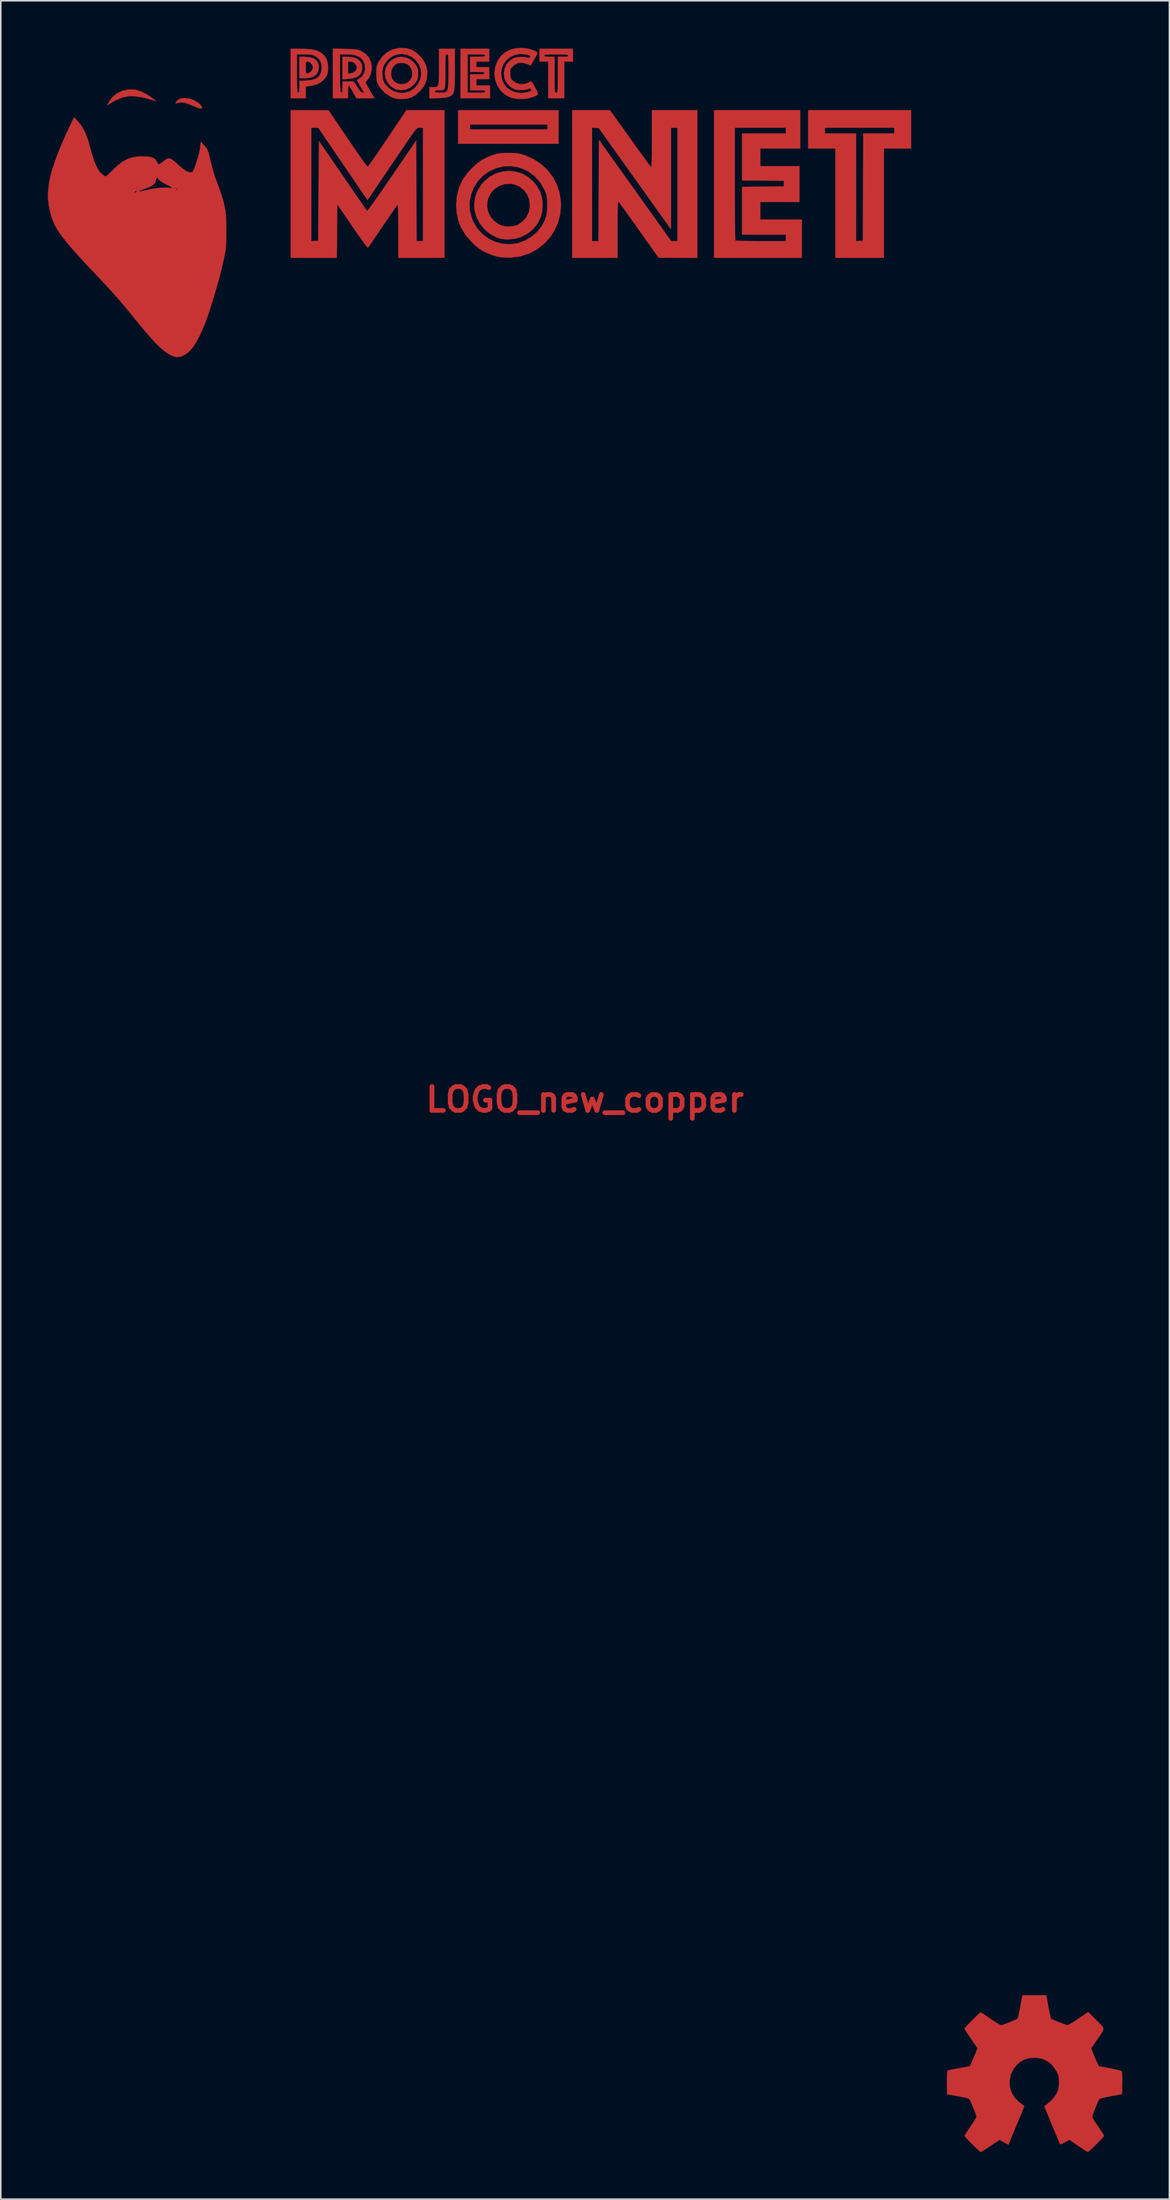
<source format=kicad_pcb>
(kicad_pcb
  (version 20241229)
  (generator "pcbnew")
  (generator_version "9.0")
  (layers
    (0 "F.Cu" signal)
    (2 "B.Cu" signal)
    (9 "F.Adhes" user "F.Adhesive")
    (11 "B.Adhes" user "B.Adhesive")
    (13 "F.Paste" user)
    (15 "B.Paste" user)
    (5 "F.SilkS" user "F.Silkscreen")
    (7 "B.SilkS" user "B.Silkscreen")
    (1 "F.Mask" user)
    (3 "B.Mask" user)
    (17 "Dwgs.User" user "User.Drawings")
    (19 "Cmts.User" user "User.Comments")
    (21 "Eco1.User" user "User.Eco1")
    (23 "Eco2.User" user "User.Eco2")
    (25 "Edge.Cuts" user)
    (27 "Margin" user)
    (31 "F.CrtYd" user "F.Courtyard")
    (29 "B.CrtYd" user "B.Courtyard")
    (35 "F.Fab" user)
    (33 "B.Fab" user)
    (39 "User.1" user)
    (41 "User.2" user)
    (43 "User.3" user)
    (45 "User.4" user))
  (footprint "LOGO_new_copper"
    (layer "F.Cu")
    (at 34.282 67.1)
    (property "Reference" "LOGO_new_copper" (at 0 0 0) (layer "F.Cu") (effects (font (size 1.524 1.524) (thickness 0.3))))
    (attr through_hole)
    (fp_poly (pts (xy -1.68 -60.98) (xy -8.093 -60.98) (xy -8.093 -62.202) (xy -7.33 -62.202) (xy -7.33 -61.897) (xy -2.392 -61.897) (xy -2.392 -62.202) (xy -7.33 -62.202) (xy -8.093 -62.202) (xy -8.093 -63.118) (xy -1.68 -63.118) (xy -1.68 -60.98)) (stroke (width 0.01) (type solid)) (fill yes) (layer "F.Cu"))
    (fp_poly (pts (xy 20.819 -60.675) (xy 19.088 -60.675) (xy 19.088 -53.701) (xy 15.983 -53.701) (xy 15.983 -60.675) (xy 14.253 -60.675) (xy 14.253 -61.998) (xy 15.321 -61.998) (xy 15.321 -61.642) (xy 17.307 -61.642) (xy 17.307 -54.764) (xy 17.739 -54.796) (xy 17.752 -58.219) (xy 17.765 -61.642) (xy 19.75 -61.642) (xy 19.75 -61.998) (xy 15.321 -61.998) (xy 14.253 -61.998) (xy 14.253 -63.118) (xy 20.819 -63.118) (xy 20.819 -60.675)) (stroke (width 0.01) (type solid)) (fill yes) (layer "F.Cu"))
    (fp_poly (pts (xy -28.791 -64.438) (xy -28.556 -64.392) (xy -28.277 -64.291) (xy -27.974 -64.137) (xy -27.691 -63.956) (xy -27.564 -63.857) (xy -27.362 -63.684) (xy -27.66 -63.783) (xy -27.985 -63.876) (xy -28.325 -63.949) (xy -28.652 -63.999) (xy -28.936 -64.02) (xy -29.107 -64.014) (xy -29.541 -63.919) (xy -29.968 -63.747) (xy -30.226 -63.598) (xy -30.501 -63.415) (xy -30.356 -63.683) (xy -30.143 -63.971) (xy -29.863 -64.197) (xy -29.533 -64.355) (xy -29.169 -64.438) (xy -28.791 -64.438)) (stroke (width 0.01) (type solid)) (fill yes) (layer "F.Cu"))
    (fp_poly (pts (xy -25.242 -63.859) (xy -24.975 -63.765) (xy -24.765 -63.65) (xy -24.591 -63.52) (xy -24.474 -63.393) (xy -24.433 -63.289) (xy -24.457 -63.236) (xy -24.536 -63.228) (xy -24.68 -63.264) (xy -24.898 -63.348) (xy -25.018 -63.4) (xy -25.317 -63.521) (xy -25.553 -63.592) (xy -25.748 -63.616) (xy -25.923 -63.598) (xy -25.975 -63.586) (xy -26.094 -63.556) (xy -26.135 -63.564) (xy -26.119 -63.614) (xy -26.11 -63.631) (xy -25.974 -63.784) (xy -25.773 -63.874) (xy -25.523 -63.9) (xy -25.242 -63.859)) (stroke (width 0.01) (type solid)) (fill yes) (layer "F.Cu"))
    (fp_poly (pts (xy -14.796 -66.496) (xy -14.53 -66.401) (xy -14.341 -66.248) (xy -14.233 -66.04) (xy -14.21 -65.781) (xy -14.214 -65.745) (xy -14.273 -65.514) (xy -14.396 -65.34) (xy -14.592 -65.219) (xy -14.869 -65.144) (xy -15.098 -65.117) (xy -15.474 -65.089) (xy -15.474 -66.223) (xy -15.118 -66.223) (xy -15.118 -65.446) (xy -14.927 -65.477) (xy -14.775 -65.526) (xy -14.657 -65.605) (xy -14.647 -65.617) (xy -14.579 -65.745) (xy -14.558 -65.849) (xy -14.603 -65.997) (xy -14.718 -66.127) (xy -14.871 -66.209) (xy -14.963 -66.223) (xy -15.118 -66.223) (xy -15.474 -66.223) (xy -15.474 -66.529) (xy -15.134 -66.529) (xy -14.796 -66.496)) (stroke (width 0.01) (type solid)) (fill yes) (layer "F.Cu"))
    (fp_poly (pts (xy -17.549 -66.5) (xy -17.287 -66.413) (xy -17.107 -66.267) (xy -17.005 -66.06) (xy -16.979 -65.858) (xy -17.018 -65.601) (xy -17.14 -65.399) (xy -17.341 -65.255) (xy -17.619 -65.174) (xy -17.879 -65.154) (xy -18.223 -65.154) (xy -18.223 -65.841) (xy -17.816 -65.841) (xy -17.813 -65.646) (xy -17.803 -65.532) (xy -17.777 -65.477) (xy -17.732 -65.46) (xy -17.712 -65.46) (xy -17.605 -65.494) (xy -17.489 -65.578) (xy -17.482 -65.585) (xy -17.396 -65.706) (xy -17.358 -65.827) (xy -17.358 -65.832) (xy -17.396 -65.982) (xy -17.491 -66.117) (xy -17.615 -66.206) (xy -17.692 -66.223) (xy -17.755 -66.218) (xy -17.792 -66.188) (xy -17.81 -66.112) (xy -17.815 -65.969) (xy -17.816 -65.841) (xy -18.223 -65.841) (xy -18.223 -66.529) (xy -17.893 -66.529) (xy -17.549 -66.5)) (stroke (width 0.01) (type solid)) (fill yes) (layer "F.Cu"))
    (fp_poly (pts (xy 13.743 -60.675) (xy 11.198 -60.675) (xy 11.198 -59.555) (xy 13.693 -59.555) (xy 13.693 -57.265) (xy 11.198 -57.265) (xy 11.198 -56.145) (xy 13.845 -56.145) (xy 13.845 -53.701) (xy 8.246 -53.701) (xy 8.246 -61.998) (xy 9.57 -61.998) (xy 9.57 -58.418) (xy 9.57 -57.824) (xy 9.571 -57.259) (xy 9.574 -56.732) (xy 9.576 -56.252) (xy 9.58 -55.827) (xy 9.584 -55.464) (xy 9.589 -55.172) (xy 9.594 -54.96) (xy 9.599 -54.835) (xy 9.603 -54.804) (xy 9.661 -54.796) (xy 9.808 -54.788) (xy 10.031 -54.782) (xy 10.319 -54.776) (xy 10.658 -54.773) (xy 11.037 -54.771) (xy 11.232 -54.77) (xy 12.827 -54.77) (xy 12.827 -55.178) (xy 10.028 -55.178) (xy 10.028 -58.23) (xy 11.364 -58.244) (xy 12.7 -58.257) (xy 12.7 -58.613) (xy 11.364 -58.627) (xy 10.028 -58.641) (xy 10.028 -61.642) (xy 12.827 -61.642) (xy 12.827 -61.998) (xy 9.57 -61.998) (xy 8.246 -61.998) (xy 8.246 -63.118) (xy 13.743 -63.118) (xy 13.743 -60.675)) (stroke (width 0.01) (type solid)) (fill yes) (layer "F.Cu"))
    (fp_poly (pts (xy -11.424 -66.485) (xy -11.146 -66.359) (xy -10.898 -66.145) (xy -10.897 -66.144) (xy -10.749 -65.948) (xy -10.668 -65.761) (xy -10.64 -65.536) (xy -10.638 -65.46) (xy -10.655 -65.219) (xy -10.717 -65.028) (xy -10.841 -64.842) (xy -10.902 -64.77) (xy -11.148 -64.56) (xy -11.434 -64.433) (xy -11.74 -64.394) (xy -12.046 -64.448) (xy -12.141 -64.486) (xy -12.402 -64.656) (xy -12.599 -64.888) (xy -12.725 -65.163) (xy -12.765 -65.418) (xy -12.372 -65.418) (xy -12.324 -65.174) (xy -12.292 -65.102) (xy -12.15 -64.93) (xy -11.95 -64.819) (xy -11.719 -64.776) (xy -11.484 -64.806) (xy -11.3 -64.895) (xy -11.127 -65.071) (xy -11.033 -65.288) (xy -11.016 -65.524) (xy -11.076 -65.754) (xy -11.213 -65.956) (xy -11.332 -66.054) (xy -11.511 -66.122) (xy -11.731 -66.139) (xy -11.946 -66.106) (xy -12.079 -66.047) (xy -12.243 -65.883) (xy -12.342 -65.664) (xy -12.372 -65.418) (xy -12.765 -65.418) (xy -12.771 -65.46) (xy -12.73 -65.759) (xy -12.68 -65.892) (xy -12.503 -66.166) (xy -12.273 -66.365) (xy -12.005 -66.486) (xy -11.716 -66.527) (xy -11.424 -66.485)) (stroke (width 0.01) (type solid)) (fill yes) (layer "F.Cu"))
    (fp_poly (pts (xy -0.764 -66.223) (xy -1.323 -66.223) (xy -1.323 -63.882) (xy -2.341 -63.882) (xy -2.341 -66.223) (xy -2.901 -66.223) (xy -2.901 -66.605) (xy -2.596 -66.605) (xy -2.574 -66.562) (xy -2.495 -66.538) (xy -2.34 -66.529) (xy -2.265 -66.529) (xy -1.934 -66.529) (xy -1.934 -65.383) (xy -1.934 -65.014) (xy -1.932 -64.734) (xy -1.928 -64.531) (xy -1.92 -64.392) (xy -1.908 -64.306) (xy -1.89 -64.26) (xy -1.864 -64.241) (xy -1.832 -64.238) (xy -1.8 -64.242) (xy -1.775 -64.261) (xy -1.757 -64.308) (xy -1.744 -64.396) (xy -1.737 -64.536) (xy -1.733 -64.741) (xy -1.731 -65.024) (xy -1.731 -65.383) (xy -1.731 -66.529) (xy -1.4 -66.529) (xy -1.214 -66.534) (xy -1.111 -66.552) (xy -1.071 -66.588) (xy -1.069 -66.605) (xy -1.083 -66.635) (xy -1.134 -66.656) (xy -1.236 -66.67) (xy -1.404 -66.678) (xy -1.651 -66.681) (xy -1.832 -66.681) (xy -2.131 -66.68) (xy -2.342 -66.675) (xy -2.48 -66.665) (xy -2.559 -66.648) (xy -2.592 -66.623) (xy -2.596 -66.605) (xy -2.901 -66.605) (xy -2.901 -67.038) (xy -0.764 -67.038) (xy -0.764 -66.223)) (stroke (width 0.01) (type solid)) (fill yes) (layer "F.Cu"))
    (fp_poly (pts (xy -6.108 -66.223) (xy -6.923 -66.223) (xy -6.923 -65.867) (xy -6.108 -65.867) (xy -6.108 -65.103) (xy -6.923 -65.103) (xy -6.923 -64.696) (xy -6.057 -64.696) (xy -6.057 -63.882) (xy -7.941 -63.882) (xy -7.941 -66.681) (xy -7.483 -66.681) (xy -7.483 -64.238) (xy -6.923 -64.238) (xy -6.672 -64.24) (xy -6.507 -64.248) (xy -6.411 -64.264) (xy -6.369 -64.291) (xy -6.363 -64.314) (xy -6.38 -64.351) (xy -6.443 -64.374) (xy -6.57 -64.386) (xy -6.776 -64.391) (xy -6.846 -64.391) (xy -7.33 -64.391) (xy -7.33 -65.409) (xy -6.872 -65.409) (xy -6.648 -65.412) (xy -6.509 -65.423) (xy -6.437 -65.444) (xy -6.414 -65.48) (xy -6.414 -65.485) (xy -6.431 -65.522) (xy -6.497 -65.546) (xy -6.626 -65.558) (xy -6.838 -65.561) (xy -6.872 -65.562) (xy -7.33 -65.562) (xy -7.33 -66.529) (xy -6.846 -66.529) (xy -6.616 -66.531) (xy -6.47 -66.541) (xy -6.392 -66.561) (xy -6.364 -66.594) (xy -6.363 -66.605) (xy -6.379 -66.639) (xy -6.437 -66.662) (xy -6.555 -66.675) (xy -6.748 -66.68) (xy -6.923 -66.681) (xy -7.483 -66.681) (xy -7.941 -66.681) (xy -7.941 -67.038) (xy -6.108 -67.038) (xy -6.108 -66.223)) (stroke (width 0.01) (type solid)) (fill yes) (layer "F.Cu"))
    (fp_poly (pts (xy -17.734 -67.026) (xy -17.393 -66.989) (xy -17.122 -66.924) (xy -16.904 -66.827) (xy -16.833 -66.783) (xy -16.61 -66.584) (xy -16.47 -66.344) (xy -16.404 -66.045) (xy -16.399 -65.989) (xy -16.393 -65.702) (xy -16.421 -65.482) (xy -16.492 -65.3) (xy -16.614 -65.127) (xy -16.647 -65.087) (xy -16.845 -64.908) (xy -17.085 -64.78) (xy -17.389 -64.695) (xy -17.574 -64.664) (xy -17.816 -64.631) (xy -17.816 -63.882) (xy -18.783 -63.882) (xy -18.783 -66.681) (xy -18.376 -66.681) (xy -18.376 -65.46) (xy -18.375 -65.071) (xy -18.372 -64.773) (xy -18.367 -64.554) (xy -18.358 -64.402) (xy -18.345 -64.306) (xy -18.328 -64.256) (xy -18.305 -64.239) (xy -18.299 -64.238) (xy -18.259 -64.258) (xy -18.235 -64.331) (xy -18.224 -64.476) (xy -18.223 -64.614) (xy -18.223 -64.989) (xy -17.775 -65.011) (xy -17.42 -65.053) (xy -17.151 -65.145) (xy -16.962 -65.293) (xy -16.847 -65.5) (xy -16.799 -65.773) (xy -16.798 -65.85) (xy -16.839 -66.141) (xy -16.965 -66.373) (xy -17.174 -66.548) (xy -17.205 -66.566) (xy -17.333 -66.624) (xy -17.467 -66.659) (xy -17.638 -66.676) (xy -17.878 -66.681) (xy -17.9 -66.681) (xy -18.376 -66.681) (xy -18.783 -66.681) (xy -18.783 -67.038) (xy -18.158 -67.038) (xy -17.734 -67.026)) (stroke (width 0.01) (type solid)) (fill yes) (layer "F.Cu"))
    (fp_poly (pts (xy 7.177 -53.701) (xy 5.943 -53.704) (xy 4.708 -53.706) (xy 3.461 -55.463) (xy 3.194 -55.839) (xy 2.944 -56.189) (xy 2.716 -56.506) (xy 2.518 -56.78) (xy 2.356 -57.002) (xy 2.237 -57.164) (xy 2.166 -57.256) (xy 2.151 -57.274) (xy 2.133 -57.27) (xy 2.119 -57.221) (xy 2.108 -57.118) (xy 2.1 -56.953) (xy 2.094 -56.72) (xy 2.09 -56.408) (xy 2.088 -56.011) (xy 2.087 -55.52) (xy 2.087 -53.701) (xy -0.814 -53.701) (xy -0.814 -54.77) (xy 0.458 -54.77) (xy 0.865 -54.77) (xy 0.878 -58.003) (xy 0.891 -61.236) (xy 5.508 -54.77) (xy 5.905 -54.77) (xy 5.905 -61.998) (xy 5.497 -61.998) (xy 5.497 -55.519) (xy 3.193 -58.746) (xy 0.888 -61.973) (xy 0.673 -61.989) (xy 0.458 -62.004) (xy 0.458 -54.77) (xy -0.814 -54.77) (xy -0.814 -63.118) (xy 0.394 -63.118) (xy 1.603 -63.118) (xy 2.898 -61.308) (xy 3.17 -60.929) (xy 3.424 -60.575) (xy 3.655 -60.256) (xy 3.856 -59.98) (xy 4.02 -59.755) (xy 4.142 -59.591) (xy 4.215 -59.495) (xy 4.234 -59.473) (xy 4.244 -59.516) (xy 4.252 -59.65) (xy 4.26 -59.863) (xy 4.267 -60.144) (xy 4.272 -60.483) (xy 4.275 -60.868) (xy 4.276 -61.283) (xy 4.276 -63.118) (xy 7.177 -63.118) (xy 7.177 -53.701)) (stroke (width 0.01) (type solid)) (fill yes) (layer "F.Cu"))
    (fp_poly (pts (xy -4.4 -59.198) (xy -3.994 -59.067) (xy -3.617 -58.855) (xy -3.283 -58.562) (xy -3.063 -58.284) (xy -2.867 -57.939) (xy -2.751 -57.594) (xy -2.701 -57.212) (xy -2.698 -57.061) (xy -2.726 -56.659) (xy -2.816 -56.306) (xy -2.981 -55.963) (xy -3.051 -55.85) (xy -3.331 -55.508) (xy -3.677 -55.233) (xy -4.075 -55.031) (xy -4.508 -54.908) (xy -4.963 -54.871) (xy -5.345 -54.91) (xy -5.609 -54.992) (xy -5.901 -55.138) (xy -6.184 -55.327) (xy -6.406 -55.519) (xy -6.707 -55.886) (xy -6.917 -56.288) (xy -7.037 -56.71) (xy -7.055 -56.984) (xy -6.245 -56.984) (xy -6.182 -56.644) (xy -6.033 -56.332) (xy -5.807 -56.063) (xy -5.512 -55.85) (xy -5.308 -55.757) (xy -5.106 -55.713) (xy -4.855 -55.702) (xy -4.597 -55.723) (xy -4.374 -55.772) (xy -4.289 -55.807) (xy -3.97 -56.024) (xy -3.731 -56.3) (xy -3.578 -56.627) (xy -3.515 -56.996) (xy -3.513 -57.061) (xy -3.559 -57.43) (xy -3.69 -57.758) (xy -3.896 -58.033) (xy -4.167 -58.244) (xy -4.491 -58.379) (xy -4.729 -58.421) (xy -5.104 -58.407) (xy -5.447 -58.303) (xy -5.744 -58.117) (xy -5.985 -57.859) (xy -6.156 -57.537) (xy -6.215 -57.338) (xy -6.245 -56.984) (xy -7.055 -56.984) (xy -7.066 -57.142) (xy -7.005 -57.571) (xy -6.853 -57.986) (xy -6.61 -58.374) (xy -6.417 -58.592) (xy -6.058 -58.885) (xy -5.664 -59.091) (xy -5.248 -59.211) (xy -4.822 -59.247) (xy -4.4 -59.198)) (stroke (width 0.01) (type solid)) (fill yes) (layer "F.Cu"))
    (fp_poly (pts (xy -11.375 -67.07) (xy -11.069 -66.981) (xy -10.791 -66.815) (xy -10.558 -66.61) (xy -10.305 -66.309) (xy -10.145 -65.999) (xy -10.068 -65.657) (xy -10.058 -65.46) (xy -10.095 -65.094) (xy -10.21 -64.77) (xy -10.413 -64.467) (xy -10.558 -64.31) (xy -10.816 -64.085) (xy -11.07 -63.938) (xy -11.352 -63.858) (xy -11.694 -63.831) (xy -11.734 -63.831) (xy -11.962 -63.84) (xy -12.141 -63.874) (xy -12.325 -63.945) (xy -12.408 -63.985) (xy -12.761 -64.218) (xy -13.049 -64.527) (xy -13.194 -64.758) (xy -13.252 -64.882) (xy -13.287 -65.013) (xy -13.305 -65.18) (xy -13.311 -65.412) (xy -13.311 -65.46) (xy -13.309 -65.601) (xy -12.923 -65.601) (xy -12.92 -65.355) (xy -12.899 -65.139) (xy -12.858 -64.982) (xy -12.782 -64.839) (xy -12.748 -64.789) (xy -12.508 -64.526) (xy -12.221 -64.34) (xy -11.904 -64.237) (xy -11.574 -64.221) (xy -11.249 -64.296) (xy -11.147 -64.342) (xy -10.876 -64.529) (xy -10.663 -64.778) (xy -10.517 -65.07) (xy -10.449 -65.382) (xy -10.468 -65.694) (xy -10.479 -65.741) (xy -10.612 -66.064) (xy -10.81 -66.326) (xy -11.058 -66.523) (xy -11.342 -66.651) (xy -11.645 -66.705) (xy -11.953 -66.683) (xy -12.25 -66.58) (xy -12.521 -66.392) (xy -12.62 -66.291) (xy -12.786 -66.072) (xy -12.883 -65.853) (xy -12.923 -65.601) (xy -13.309 -65.601) (xy -13.308 -65.696) (xy -13.295 -65.863) (xy -13.266 -65.992) (xy -13.213 -66.115) (xy -13.161 -66.213) (xy -12.923 -66.549) (xy -12.625 -66.812) (xy -12.28 -66.993) (xy -11.903 -67.085) (xy -11.738 -67.095) (xy -11.375 -67.07)) (stroke (width 0.01) (type solid)) (fill yes) (layer "F.Cu"))
    (fp_poly (pts (xy -8.297 -65.738) (xy -8.298 -65.294) (xy -8.303 -64.94) (xy -8.314 -64.664) (xy -8.334 -64.454) (xy -8.363 -64.3) (xy -8.405 -64.188) (xy -8.462 -64.108) (xy -8.535 -64.047) (xy -8.611 -64.002) (xy -8.734 -63.955) (xy -8.908 -63.922) (xy -9.154 -63.9) (xy -9.353 -63.891) (xy -9.926 -63.871) (xy -9.926 -64.314) (xy -9.57 -64.314) (xy -9.547 -64.271) (xy -9.466 -64.247) (xy -9.309 -64.239) (xy -9.251 -64.239) (xy -9.075 -64.245) (xy -8.938 -64.26) (xy -8.877 -64.277) (xy -8.822 -64.326) (xy -8.779 -64.398) (xy -8.748 -64.506) (xy -8.727 -64.662) (xy -8.713 -64.88) (xy -8.706 -65.172) (xy -8.704 -65.551) (xy -8.704 -65.609) (xy -8.705 -65.965) (xy -8.706 -66.232) (xy -8.711 -66.423) (xy -8.72 -66.55) (xy -8.734 -66.627) (xy -8.754 -66.666) (xy -8.782 -66.68) (xy -8.806 -66.681) (xy -8.839 -66.678) (xy -8.864 -66.658) (xy -8.882 -66.61) (xy -8.895 -66.521) (xy -8.902 -66.379) (xy -8.906 -66.17) (xy -8.908 -65.883) (xy -8.908 -65.567) (xy -8.907 -65.191) (xy -8.909 -64.905) (xy -8.918 -64.697) (xy -8.936 -64.553) (xy -8.97 -64.463) (xy -9.023 -64.414) (xy -9.1 -64.394) (xy -9.204 -64.39) (xy -9.319 -64.391) (xy -9.478 -64.382) (xy -9.554 -64.353) (xy -9.57 -64.314) (xy -9.926 -64.314) (xy -9.926 -64.594) (xy -9.719 -64.594) (xy -9.595 -64.595) (xy -9.499 -64.603) (xy -9.428 -64.632) (xy -9.378 -64.693) (xy -9.345 -64.797) (xy -9.327 -64.957) (xy -9.318 -65.184) (xy -9.315 -65.489) (xy -9.315 -65.869) (xy -9.315 -67.038) (xy -8.297 -67.038) (xy -8.297 -65.738)) (stroke (width 0.01) (type solid)) (fill yes) (layer "F.Cu"))
    (fp_poly (pts (xy -15.309 -67.029) (xy -14.994 -67.02) (xy -14.76 -67.007) (xy -14.588 -66.989) (xy -14.458 -66.962) (xy -14.348 -66.924) (xy -14.303 -66.904) (xy -14.001 -66.718) (xy -13.785 -66.478) (xy -13.651 -66.181) (xy -13.605 -65.92) (xy -13.614 -65.661) (xy -13.679 -65.397) (xy -13.787 -65.165) (xy -13.901 -65.023) (xy -13.974 -64.942) (xy -13.998 -64.895) (xy -13.973 -64.831) (xy -13.902 -64.695) (xy -13.794 -64.5) (xy -13.655 -64.261) (xy -13.529 -64.047) (xy -13.43 -63.882) (xy -14.583 -63.882) (xy -14.812 -64.288) (xy -14.917 -64.466) (xy -15.005 -64.605) (xy -15.065 -64.684) (xy -15.08 -64.695) (xy -15.097 -64.649) (xy -15.111 -64.525) (xy -15.117 -64.347) (xy -15.118 -64.289) (xy -15.118 -63.882) (xy -16.085 -63.882) (xy -16.085 -65.46) (xy -15.627 -65.46) (xy -15.626 -65.071) (xy -15.623 -64.773) (xy -15.618 -64.554) (xy -15.609 -64.402) (xy -15.597 -64.306) (xy -15.579 -64.256) (xy -15.556 -64.239) (xy -15.551 -64.238) (xy -15.509 -64.259) (xy -15.485 -64.334) (xy -15.475 -64.483) (xy -15.474 -64.594) (xy -15.474 -64.951) (xy -15.143 -64.951) (xy -14.967 -64.952) (xy -14.834 -64.955) (xy -14.774 -64.959) (xy -14.733 -64.922) (xy -14.655 -64.816) (xy -14.558 -64.663) (xy -14.529 -64.615) (xy -14.398 -64.411) (xy -14.293 -64.292) (xy -14.204 -64.246) (xy -14.204 -64.246) (xy -14.086 -64.229) (xy -14.188 -64.399) (xy -14.276 -64.547) (xy -14.381 -64.727) (xy -14.427 -64.808) (xy -14.564 -65.047) (xy -14.409 -65.127) (xy -14.22 -65.278) (xy -14.091 -65.494) (xy -14.03 -65.748) (xy -14.049 -66.017) (xy -14.055 -66.045) (xy -14.16 -66.292) (xy -14.332 -66.476) (xy -14.576 -66.599) (xy -14.898 -66.666) (xy -15.181 -66.68) (xy -15.627 -66.681) (xy -15.627 -65.46) (xy -16.085 -65.46) (xy -16.085 -67.047) (xy -15.309 -67.029)) (stroke (width 0.01) (type solid)) (fill yes) (layer "F.Cu"))
    (fp_poly (pts (xy -4.584 -60.389) (xy -4.375 -60.377) (xy -4.202 -60.352) (xy -4.032 -60.309) (xy -3.831 -60.243) (xy -3.812 -60.236) (xy -3.27 -59.994) (xy -2.79 -59.678) (xy -2.379 -59.295) (xy -2.042 -58.854) (xy -1.785 -58.362) (xy -1.613 -57.827) (xy -1.533 -57.258) (xy -1.527 -57.061) (xy -1.576 -56.488) (xy -1.716 -55.944) (xy -1.942 -55.439) (xy -2.245 -54.982) (xy -2.619 -54.58) (xy -3.056 -54.244) (xy -3.549 -53.982) (xy -4.09 -53.804) (xy -4.191 -53.781) (xy -4.753 -53.712) (xy -5.313 -53.733) (xy -5.599 -53.781) (xy -5.802 -53.838) (xy -6.05 -53.927) (xy -6.297 -54.032) (xy -6.363 -54.064) (xy -6.589 -54.183) (xy -6.783 -54.311) (xy -6.974 -54.468) (xy -7.195 -54.679) (xy -7.229 -54.714) (xy -7.611 -55.155) (xy -7.895 -55.615) (xy -8.087 -56.103) (xy -8.191 -56.632) (xy -8.214 -57.061) (xy -8.203 -57.213) (xy -7.364 -57.213) (xy -7.346 -56.735) (xy -7.225 -56.257) (xy -7.096 -55.95) (xy -6.842 -55.542) (xy -6.518 -55.197) (xy -6.136 -54.92) (xy -5.711 -54.719) (xy -5.256 -54.6) (xy -4.785 -54.568) (xy -4.311 -54.63) (xy -4.26 -54.643) (xy -3.819 -54.806) (xy -3.406 -55.052) (xy -3.045 -55.363) (xy -2.758 -55.725) (xy -2.758 -55.725) (xy -2.573 -56.068) (xy -2.457 -56.42) (xy -2.404 -56.809) (xy -2.401 -57.163) (xy -2.412 -57.415) (xy -2.431 -57.6) (xy -2.466 -57.753) (xy -2.523 -57.909) (xy -2.608 -58.094) (xy -2.87 -58.535) (xy -3.202 -58.906) (xy -3.595 -59.201) (xy -4.041 -59.412) (xy -4.252 -59.477) (xy -4.729 -59.551) (xy -5.204 -59.53) (xy -5.663 -59.42) (xy -6.093 -59.227) (xy -6.481 -58.958) (xy -6.812 -58.618) (xy -7.074 -58.214) (xy -7.096 -58.171) (xy -7.281 -57.691) (xy -7.364 -57.213) (xy -8.203 -57.213) (xy -8.173 -57.629) (xy -8.046 -58.149) (xy -7.831 -58.63) (xy -7.521 -59.082) (xy -7.23 -59.403) (xy -6.908 -59.7) (xy -6.599 -59.927) (xy -6.267 -60.106) (xy -5.878 -60.259) (xy -5.828 -60.276) (xy -5.646 -60.331) (xy -5.472 -60.366) (xy -5.274 -60.385) (xy -5.023 -60.393) (xy -4.861 -60.393) (xy -4.584 -60.389)) (stroke (width 0.01) (type solid)) (fill yes) (layer "F.Cu"))
    (fp_poly (pts (xy -3.596 -67.042) (xy -3.256 -66.93) (xy -3.134 -66.877) (xy -3.061 -66.829) (xy -3.037 -66.768) (xy -3.062 -66.675) (xy -3.138 -66.531) (xy -3.257 -66.327) (xy -3.46 -65.978) (xy -3.724 -66.078) (xy -4.01 -66.149) (xy -4.262 -66.127) (xy -4.491 -66.011) (xy -4.575 -65.942) (xy -4.679 -65.839) (xy -4.734 -65.748) (xy -4.756 -65.63) (xy -4.759 -65.465) (xy -4.754 -65.283) (xy -4.728 -65.164) (xy -4.668 -65.07) (xy -4.602 -64.999) (xy -4.389 -64.853) (xy -4.133 -64.784) (xy -3.862 -64.792) (xy -3.604 -64.881) (xy -3.541 -64.918) (xy -3.483 -64.952) (xy -3.436 -64.956) (xy -3.386 -64.914) (xy -3.318 -64.815) (xy -3.219 -64.645) (xy -3.183 -64.581) (xy -3.067 -64.372) (xy -3.007 -64.231) (xy -3.01 -64.135) (xy -3.084 -64.064) (xy -3.234 -63.994) (xy -3.397 -63.933) (xy -3.69 -63.859) (xy -4.032 -63.831) (xy -4.378 -63.848) (xy -4.687 -63.909) (xy -4.763 -63.936) (xy -5.107 -64.12) (xy -5.388 -64.385) (xy -5.604 -64.723) (xy -5.735 -65.101) (xy -5.773 -65.484) (xy -5.345 -65.484) (xy -5.3 -65.123) (xy -5.175 -64.812) (xy -4.978 -64.56) (xy -4.72 -64.372) (xy -4.413 -64.256) (xy -4.065 -64.218) (xy -3.688 -64.267) (xy -3.576 -64.297) (xy -3.448 -64.35) (xy -3.416 -64.409) (xy -3.475 -64.483) (xy -3.478 -64.485) (xy -3.559 -64.513) (xy -3.599 -64.487) (xy -3.694 -64.444) (xy -3.856 -64.415) (xy -4.053 -64.402) (xy -4.252 -64.407) (xy -4.419 -64.432) (xy -4.453 -64.441) (xy -4.608 -64.516) (xy -4.778 -64.629) (xy -4.843 -64.683) (xy -5.033 -64.918) (xy -5.142 -65.19) (xy -5.171 -65.479) (xy -5.125 -65.767) (xy -5.007 -66.034) (xy -4.818 -66.261) (xy -4.564 -66.43) (xy -4.556 -66.434) (xy -4.34 -66.498) (xy -4.084 -66.525) (xy -3.837 -66.513) (xy -3.685 -66.476) (xy -3.57 -66.448) (xy -3.509 -66.483) (xy -3.507 -66.486) (xy -3.484 -66.552) (xy -3.52 -66.602) (xy -3.631 -66.644) (xy -3.793 -66.682) (xy -4.141 -66.708) (xy -4.47 -66.647) (xy -4.765 -66.51) (xy -5.014 -66.307) (xy -5.202 -66.048) (xy -5.316 -65.744) (xy -5.345 -65.484) (xy -5.773 -65.484) (xy -5.774 -65.495) (xy -5.721 -65.887) (xy -5.58 -66.257) (xy -5.356 -66.585) (xy -5.089 -66.815) (xy -4.761 -66.978) (xy -4.39 -67.073) (xy -3.996 -67.095) (xy -3.596 -67.042)) (stroke (width 0.01) (type solid)) (fill yes) (layer "F.Cu"))
    (fp_poly (pts (xy -8.959 -53.701) (xy -11.911 -53.701) (xy -11.911 -55.418) (xy -11.912 -55.886) (xy -11.913 -56.262) (xy -11.917 -56.554) (xy -11.922 -56.771) (xy -11.93 -56.921) (xy -11.941 -57.015) (xy -11.955 -57.06) (xy -11.972 -57.066) (xy -11.98 -57.059) (xy -12.026 -57) (xy -12.12 -56.866) (xy -12.256 -56.671) (xy -12.426 -56.424) (xy -12.623 -56.137) (xy -12.839 -55.82) (xy -12.929 -55.687) (xy -13.148 -55.363) (xy -13.35 -55.066) (xy -13.527 -54.806) (xy -13.672 -54.595) (xy -13.778 -54.442) (xy -13.837 -54.358) (xy -13.846 -54.346) (xy -13.882 -54.377) (xy -13.969 -54.482) (xy -14.099 -54.653) (xy -14.264 -54.88) (xy -14.459 -55.154) (xy -14.677 -55.466) (xy -14.844 -55.71) (xy -15.805 -57.116) (xy -15.818 -55.409) (xy -15.832 -53.701) (xy -18.783 -53.701) (xy -18.783 -61.998) (xy -17.459 -61.998) (xy -17.459 -54.764) (xy -17.027 -54.796) (xy -17.001 -57.977) (xy -16.976 -61.157) (xy -15.456 -58.944) (xy -15.165 -58.52) (xy -14.891 -58.121) (xy -14.639 -57.756) (xy -14.416 -57.431) (xy -14.225 -57.156) (xy -14.074 -56.937) (xy -13.967 -56.784) (xy -13.909 -56.703) (xy -13.901 -56.692) (xy -13.867 -56.726) (xy -13.781 -56.836) (xy -13.648 -57.016) (xy -13.474 -57.257) (xy -13.265 -57.552) (xy -13.025 -57.895) (xy -12.76 -58.276) (xy -12.476 -58.689) (xy -12.316 -58.922) (xy -10.766 -61.19) (xy -10.753 -57.98) (xy -10.74 -54.77) (xy -10.333 -54.77) (xy -10.333 -61.998) (xy -10.534 -61.998) (xy -10.575 -62.001) (xy -10.61 -62.003) (xy -10.643 -62.001) (xy -10.679 -61.987) (xy -10.721 -61.955) (xy -10.775 -61.901) (xy -10.845 -61.818) (xy -10.935 -61.699) (xy -11.05 -61.54) (xy -11.194 -61.334) (xy -11.373 -61.075) (xy -11.589 -60.757) (xy -11.848 -60.375) (xy -12.154 -59.923) (xy -12.512 -59.394) (xy -12.63 -59.219) (xy -13.874 -57.382) (xy -15.447 -59.69) (xy -17.019 -61.998) (xy -17.459 -61.998) (xy -18.783 -61.998) (xy -18.783 -63.118) (xy -17.574 -63.118) (xy -16.365 -63.117) (xy -15.143 -61.312) (xy -14.884 -60.931) (xy -14.641 -60.577) (xy -14.421 -60.259) (xy -14.229 -59.986) (xy -14.072 -59.767) (xy -13.956 -59.609) (xy -13.887 -59.523) (xy -13.871 -59.508) (xy -13.832 -59.549) (xy -13.744 -59.666) (xy -13.611 -59.851) (xy -13.44 -60.094) (xy -13.237 -60.387) (xy -13.009 -60.721) (xy -12.76 -61.088) (xy -12.608 -61.313) (xy -11.397 -63.118) (xy -8.959 -63.118) (xy -8.959 -53.701)) (stroke (width 0.01) (type solid)) (fill yes) (layer "F.Cu"))
    (fp_poly (pts (xy -32.35 -62.398) (xy -32.166 -62.173) (xy -32.005 -61.917) (xy -31.861 -61.614) (xy -31.726 -61.246) (xy -31.593 -60.797) (xy -31.556 -60.66) (xy -31.413 -60.158) (xy -31.271 -59.751) (xy -31.128 -59.434) (xy -30.982 -59.2) (xy -30.828 -59.044) (xy -30.807 -59.028) (xy -30.683 -58.948) (xy -30.594 -58.9) (xy -30.573 -58.893) (xy -30.537 -58.919) (xy -27.385 -58.919) (xy -27.36 -58.893) (xy -27.334 -58.919) (xy -27.36 -58.944) (xy -27.385 -58.919) (xy -30.537 -58.919) (xy -30.524 -58.928) (xy -30.421 -59.02) (xy -30.28 -59.155) (xy -30.169 -59.267) (xy -29.82 -59.597) (xy -29.496 -59.843) (xy -29.179 -60.015) (xy -28.85 -60.121) (xy -28.492 -60.17) (xy -28.303 -60.176) (xy -27.967 -60.167) (xy -27.717 -60.135) (xy -27.538 -60.074) (xy -27.415 -59.981) (xy -27.346 -59.875) (xy -27.277 -59.753) (xy -27.213 -59.678) (xy -27.2 -59.671) (xy -27.134 -59.692) (xy -27.02 -59.766) (xy -26.899 -59.863) (xy -26.753 -59.977) (xy -26.626 -60.037) (xy -26.501 -60.038) (xy -26.361 -59.976) (xy -26.189 -59.847) (xy -25.967 -59.648) (xy -25.951 -59.633) (xy -25.672 -59.392) (xy -25.432 -59.233) (xy -25.235 -59.156) (xy -25.086 -59.164) (xy -25.058 -59.178) (xy -25.006 -59.251) (xy -24.937 -59.402) (xy -24.858 -59.61) (xy -24.776 -59.854) (xy -24.698 -60.114) (xy -24.63 -60.368) (xy -24.578 -60.595) (xy -24.551 -60.775) (xy -24.55 -60.781) (xy -24.521 -61.116) (xy -24.332 -60.908) (xy -24.224 -60.787) (xy -24.144 -60.678) (xy -24.08 -60.562) (xy -24.026 -60.417) (xy -23.971 -60.222) (xy -23.908 -59.957) (xy -23.878 -59.826) (xy -23.805 -59.529) (xy -23.72 -59.219) (xy -23.634 -58.936) (xy -23.566 -58.741) (xy -23.398 -58.292) (xy -23.264 -57.92) (xy -23.16 -57.605) (xy -23.079 -57.331) (xy -23.017 -57.078) (xy -22.968 -56.83) (xy -22.928 -56.568) (xy -22.919 -56.501) (xy -22.907 -56.353) (xy -22.898 -56.126) (xy -22.892 -55.844) (xy -22.889 -55.53) (xy -22.89 -55.207) (xy -22.893 -54.898) (xy -22.899 -54.627) (xy -22.909 -54.417) (xy -22.918 -54.312) (xy -22.979 -53.935) (xy -23.075 -53.475) (xy -23.201 -52.946) (xy -23.354 -52.36) (xy -23.531 -51.729) (xy -23.728 -51.067) (xy -23.942 -50.386) (xy -24.082 -49.96) (xy -24.237 -49.535) (xy -24.414 -49.111) (xy -24.604 -48.708) (xy -24.796 -48.349) (xy -24.978 -48.056) (xy -25.064 -47.94) (xy -25.303 -47.687) (xy -25.557 -47.502) (xy -25.811 -47.392) (xy -26.05 -47.365) (xy -26.164 -47.386) (xy -26.348 -47.453) (xy -26.533 -47.544) (xy -26.723 -47.664) (xy -26.926 -47.819) (xy -27.147 -48.016) (xy -27.392 -48.26) (xy -27.669 -48.558) (xy -27.982 -48.916) (xy -28.339 -49.339) (xy -28.745 -49.835) (xy -29.052 -50.215) (xy -29.343 -50.569) (xy -29.681 -50.965) (xy -30.039 -51.375) (xy -30.392 -51.768) (xy -30.715 -52.115) (xy -30.772 -52.174) (xy -31.323 -52.753) (xy -31.806 -53.266) (xy -32.225 -53.721) (xy -32.587 -54.122) (xy -32.896 -54.477) (xy -33.156 -54.791) (xy -33.374 -55.07) (xy -33.553 -55.319) (xy -33.7 -55.546) (xy -33.818 -55.755) (xy -33.844 -55.806) (xy -33.99 -56.153) (xy -34.115 -56.562) (xy -34.21 -56.994) (xy -34.266 -57.409) (xy -34.277 -57.646) (xy -34.271 -57.784) (xy -34.259 -57.926) (xy -28.734 -57.926) (xy -28.723 -57.883) (xy -28.686 -57.875) (xy -28.617 -57.902) (xy -28.607 -57.926) (xy -28.643 -57.976) (xy -28.655 -57.977) (xy -28.724 -57.94) (xy -28.734 -57.926) (xy -34.259 -57.926) (xy -34.254 -57.986) (xy -34.251 -58.022) (xy -28.495 -58.022) (xy -28.469 -57.994) (xy -28.454 -57.983) (xy -28.35 -57.946) (xy -28.301 -57.95) (xy -28.221 -57.969) (xy -28.067 -58.004) (xy -27.863 -58.049) (xy -27.716 -58.081) (xy -27.443 -58.13) (xy -26.214 -58.13) (xy -26.196 -58.088) (xy -26.18 -58.096) (xy -26.179 -58.115) (xy -26.104 -58.115) (xy -26.092 -58.087) (xy -26.041 -58.032) (xy -26.011 -58.043) (xy -26.011 -58.051) (xy -26.047 -58.094) (xy -26.07 -58.109) (xy -26.104 -58.115) (xy -26.179 -58.115) (xy -26.174 -58.156) (xy -26.18 -58.164) (xy -26.211 -58.157) (xy -26.214 -58.13) (xy -27.443 -58.13) (xy -27.411 -58.136) (xy -27.102 -58.17) (xy -26.818 -58.184) (xy -26.585 -58.174) (xy -26.46 -58.151) (xy -26.369 -58.159) (xy -26.338 -58.187) (xy -26.33 -58.224) (xy -26.359 -58.211) (xy -26.412 -58.203) (xy -26.418 -58.218) (xy -26.461 -58.261) (xy -26.569 -58.315) (xy -26.609 -58.33) (xy -26.789 -58.411) (xy -26.971 -58.519) (xy -27.129 -58.634) (xy -27.233 -58.738) (xy -27.255 -58.776) (xy -27.289 -58.835) (xy -27.33 -58.8) (xy -27.336 -58.79) (xy -27.376 -58.678) (xy -27.384 -58.605) (xy -27.433 -58.48) (xy -27.564 -58.352) (xy -27.76 -58.234) (xy -27.985 -58.146) (xy -28.145 -58.092) (xy -28.263 -58.042) (xy -28.305 -58.015) (xy -28.371 -57.995) (xy -28.433 -58.006) (xy -28.495 -58.022) (xy -34.251 -58.022) (xy -34.231 -58.216) (xy -34.205 -58.438) (xy -34.183 -58.588) (xy -34.108 -58.946) (xy -33.985 -59.378) (xy -33.821 -59.87) (xy -33.621 -60.406) (xy -33.39 -60.974) (xy -33.134 -61.558) (xy -32.969 -61.911) (xy -32.606 -62.674) (xy -32.35 -62.398)) (stroke (width 0.01) (type solid)) (fill yes) (layer "F.Cu"))
    (fp_poly (pts (xy 29.581 57.865) (xy 29.63 58.126) (xy 29.676 58.349) (xy 29.714 58.517) (xy 29.74 58.612) (xy 29.746 58.625) (xy 29.815 58.665) (xy 29.953 58.729) (xy 30.136 58.807) (xy 30.336 58.887) (xy 30.529 58.961) (xy 30.688 59.017) (xy 30.787 59.045) (xy 30.8 59.046) (xy 30.873 59.019) (xy 31.012 58.943) (xy 31.199 58.829) (xy 31.416 58.688) (xy 31.506 58.628) (xy 32.121 58.209) (xy 32.642 58.73) (xy 32.833 58.917) (xy 32.972 59.057) (xy 33.059 59.167) (xy 33.094 59.266) (xy 33.077 59.374) (xy 33.009 59.508) (xy 32.889 59.688) (xy 32.719 59.932) (xy 32.66 60.018) (xy 32.309 60.529) (xy 32.447 60.869) (xy 32.536 61.082) (xy 32.629 61.294) (xy 32.695 61.438) (xy 32.806 61.667) (xy 33.508 61.799) (xy 33.766 61.85) (xy 33.988 61.9) (xy 34.156 61.943) (xy 34.249 61.975) (xy 34.26 61.981) (xy 34.28 62.052) (xy 34.293 62.209) (xy 34.299 62.438) (xy 34.297 62.724) (xy 34.297 62.74) (xy 34.282 63.447) (xy 33.585 63.575) (xy 33.328 63.625) (xy 33.107 63.674) (xy 32.94 63.717) (xy 32.848 63.748) (xy 32.838 63.755) (xy 32.8 63.821) (xy 32.737 63.958) (xy 32.658 64.142) (xy 32.573 64.349) (xy 32.493 64.553) (xy 32.426 64.731) (xy 32.384 64.859) (xy 32.374 64.905) (xy 32.401 64.965) (xy 32.477 65.091) (xy 32.589 65.265) (xy 32.728 65.471) (xy 32.755 65.511) (xy 32.897 65.719) (xy 33.015 65.898) (xy 33.099 66.03) (xy 33.136 66.1) (xy 33.137 66.105) (xy 33.103 66.156) (xy 33.01 66.261) (xy 32.876 66.403) (xy 32.716 66.567) (xy 32.547 66.735) (xy 32.384 66.893) (xy 32.244 67.024) (xy 32.144 67.111) (xy 32.1 67.139) (xy 32.044 67.112) (xy 31.922 67.037) (xy 31.75 66.924) (xy 31.545 66.785) (xy 31.492 66.749) (xy 30.926 66.358) (xy 30.63 66.519) (xy 30.47 66.603) (xy 30.377 66.64) (xy 30.328 66.635) (xy 30.301 66.592) (xy 30.301 66.592) (xy 30.273 66.521) (xy 30.212 66.371) (xy 30.123 66.155) (xy 30.012 65.887) (xy 29.886 65.582) (xy 29.793 65.358) (xy 29.318 64.213) (xy 29.433 64.136) (xy 29.705 63.918) (xy 29.945 63.654) (xy 30.119 63.382) (xy 30.12 63.38) (xy 30.196 63.207) (xy 30.239 63.05) (xy 30.257 62.865) (xy 30.259 62.686) (xy 30.254 62.464) (xy 30.232 62.301) (xy 30.183 62.154) (xy 30.098 61.981) (xy 30.086 61.958) (xy 29.855 61.625) (xy 29.567 61.373) (xy 29.231 61.207) (xy 28.854 61.131) (xy 28.748 61.127) (xy 28.376 61.15) (xy 28.067 61.23) (xy 27.795 61.379) (xy 27.569 61.57) (xy 27.337 61.863) (xy 27.181 62.205) (xy 27.106 62.573) (xy 27.116 62.947) (xy 27.213 63.305) (xy 27.247 63.381) (xy 27.426 63.665) (xy 27.677 63.928) (xy 27.909 64.112) (xy 28.051 64.214) (xy 27.586 65.333) (xy 27.453 65.654) (xy 27.331 65.949) (xy 27.226 66.202) (xy 27.145 66.4) (xy 27.092 66.527) (xy 27.078 66.563) (xy 27.034 66.674) (xy 26.747 66.519) (xy 26.46 66.363) (xy 25.885 66.751) (xy 25.671 66.893) (xy 25.487 67.012) (xy 25.348 67.097) (xy 25.272 67.137) (xy 25.265 67.139) (xy 25.214 67.105) (xy 25.107 67.011) (xy 24.958 66.871) (xy 24.78 66.697) (xy 24.725 66.642) (xy 24.545 66.459) (xy 24.394 66.301) (xy 24.285 66.182) (xy 24.232 66.116) (xy 24.229 66.109) (xy 24.257 66.056) (xy 24.331 65.936) (xy 24.443 65.766) (xy 24.58 65.562) (xy 24.611 65.517) (xy 24.753 65.305) (xy 24.871 65.119) (xy 24.954 64.976) (xy 24.992 64.895) (xy 24.993 64.888) (xy 24.974 64.81) (xy 24.923 64.663) (xy 24.852 64.474) (xy 24.769 64.266) (xy 24.685 64.065) (xy 24.61 63.896) (xy 24.553 63.783) (xy 24.536 63.756) (xy 24.469 63.726) (xy 24.322 63.684) (xy 24.114 63.637) (xy 23.866 63.589) (xy 23.797 63.576) (xy 23.109 63.458) (xy 23.109 62.704) (xy 23.11 62.412) (xy 23.113 62.207) (xy 23.121 62.072) (xy 23.137 61.991) (xy 23.162 61.948) (xy 23.198 61.929) (xy 23.224 61.922) (xy 23.318 61.902) (xy 23.487 61.868) (xy 23.708 61.826) (xy 23.949 61.781) (xy 24.56 61.668) (xy 24.671 61.438) (xy 24.749 61.269) (xy 24.842 61.054) (xy 24.921 60.865) (xy 25.061 60.52) (xy 24.645 59.915) (xy 24.497 59.696) (xy 24.372 59.506) (xy 24.281 59.362) (xy 24.234 59.278) (xy 24.229 59.266) (xy 24.264 59.215) (xy 24.356 59.112) (xy 24.489 58.97) (xy 24.648 58.807) (xy 24.817 58.638) (xy 24.979 58.48) (xy 25.118 58.349) (xy 25.218 58.261) (xy 25.261 58.232) (xy 25.315 58.259) (xy 25.435 58.335) (xy 25.606 58.448) (xy 25.813 58.588) (xy 25.887 58.639) (xy 26.106 58.787) (xy 26.303 58.91) (xy 26.458 59) (xy 26.554 59.043) (xy 26.568 59.046) (xy 26.653 59.027) (xy 26.803 58.977) (xy 26.993 58.907) (xy 27.195 58.827) (xy 27.383 58.748) (xy 27.53 58.68) (xy 27.609 58.634) (xy 27.609 58.634) (xy 27.635 58.571) (xy 27.673 58.428) (xy 27.72 58.221) (xy 27.771 57.972) (xy 27.791 57.865) (xy 27.926 57.137) (xy 29.447 57.137) (xy 29.581 57.865)) (stroke (width 0.01) (type solid)) (fill yes) (layer "F.Cu")))
  (gr_rect
    (start -3 -3)
    (end 71.586 137.244)
    (stroke (width 0.1) (type default))
    (fill no)
    (layer "Edge.Cuts")))
</source>
